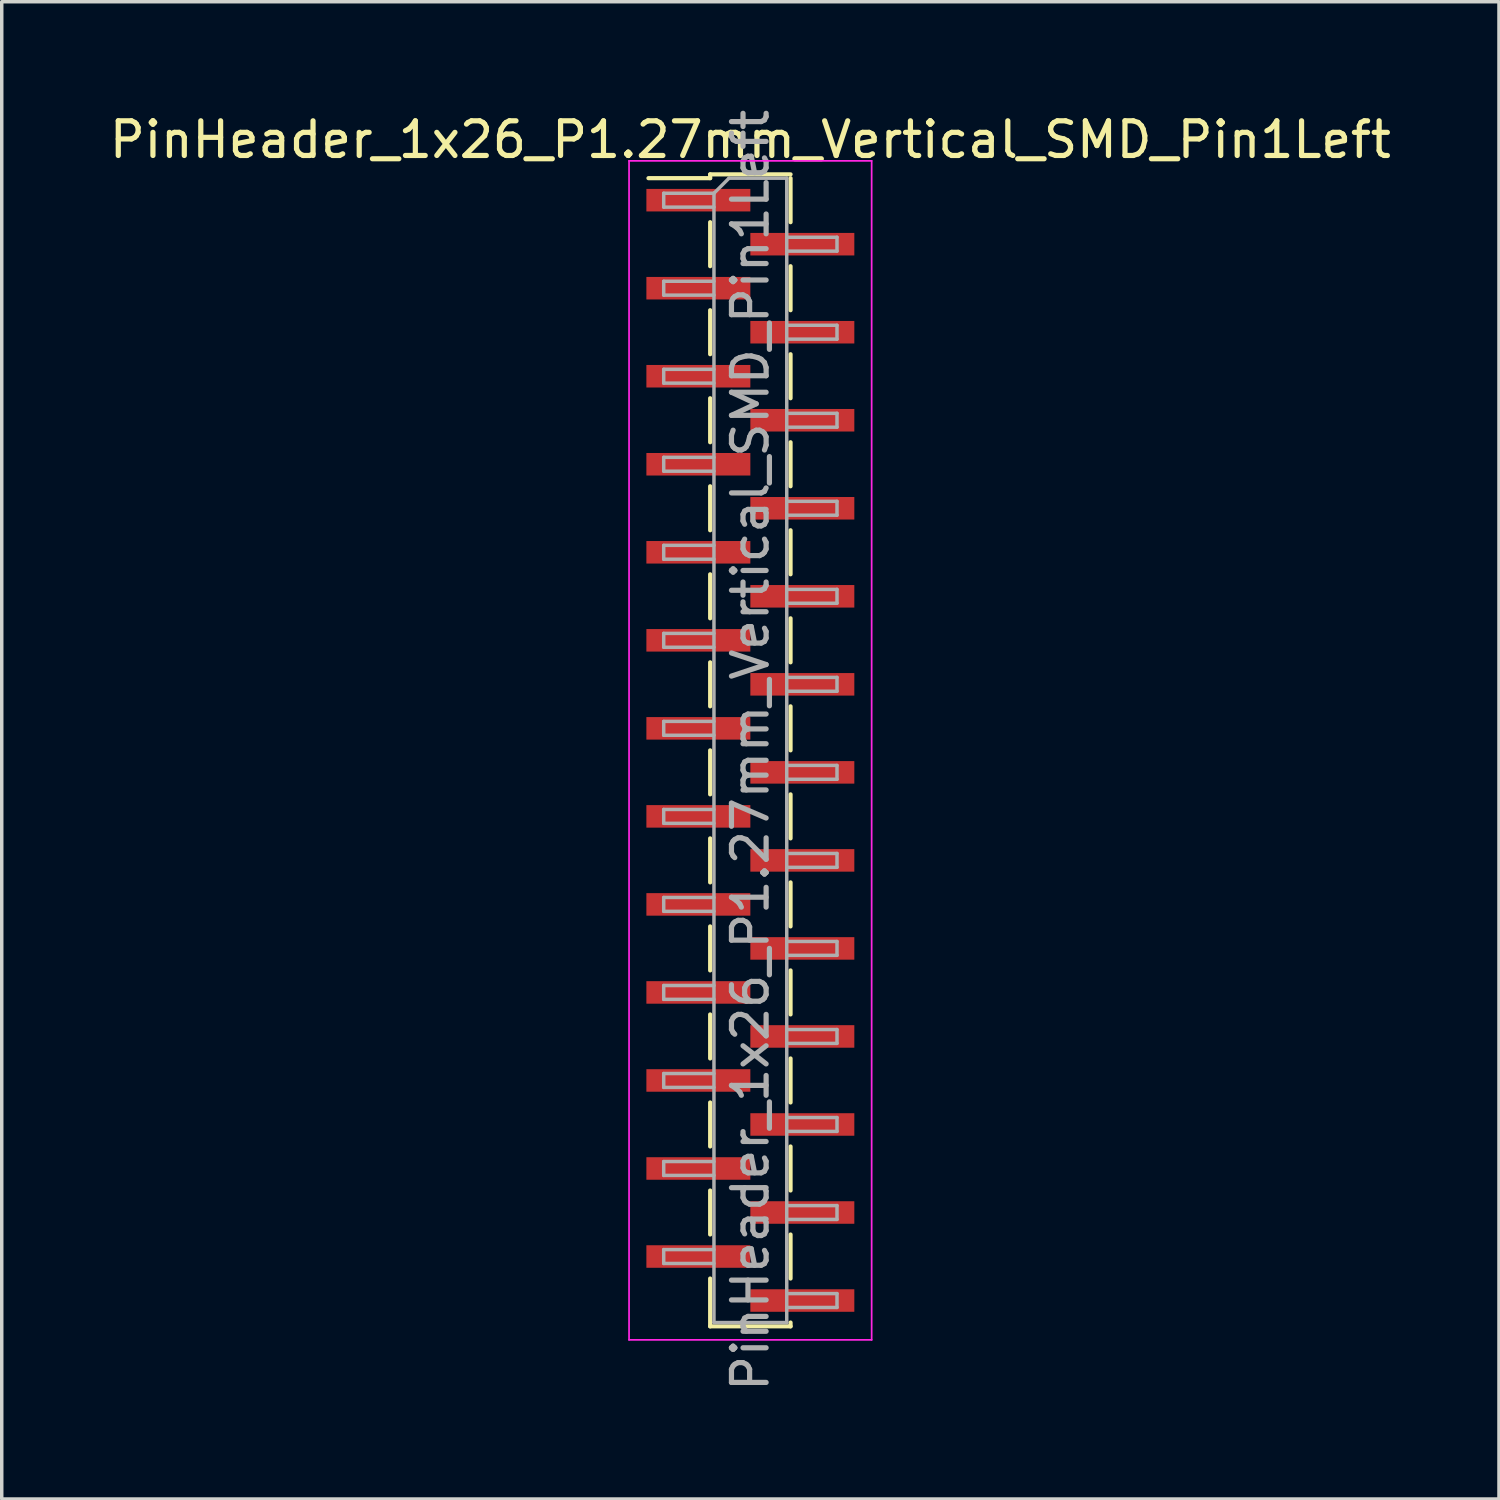
<source format=kicad_pcb>
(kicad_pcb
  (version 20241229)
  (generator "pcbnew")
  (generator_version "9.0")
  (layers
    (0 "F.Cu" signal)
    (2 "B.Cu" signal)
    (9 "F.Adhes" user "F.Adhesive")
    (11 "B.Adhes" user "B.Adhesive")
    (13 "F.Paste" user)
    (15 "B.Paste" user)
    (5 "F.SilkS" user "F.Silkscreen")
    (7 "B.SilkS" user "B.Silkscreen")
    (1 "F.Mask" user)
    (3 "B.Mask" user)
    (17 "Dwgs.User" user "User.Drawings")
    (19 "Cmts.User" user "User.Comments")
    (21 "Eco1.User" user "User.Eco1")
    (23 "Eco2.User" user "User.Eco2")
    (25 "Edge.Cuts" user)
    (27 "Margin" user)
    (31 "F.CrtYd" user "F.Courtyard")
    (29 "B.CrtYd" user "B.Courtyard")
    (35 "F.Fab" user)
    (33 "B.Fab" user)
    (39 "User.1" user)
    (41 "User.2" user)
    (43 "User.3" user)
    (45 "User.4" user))
  (footprint "PinHeader_1x26_P1.27mm_Vertical_SMD_Pin1Left"
    (layer "F.Cu")
    (at 18.601 18.601)
    (property "Reference" "PinHeader_1x26_P1.27mm_Vertical_SMD_Pin1Left" (at 0 -17.62 0) (layer "F.SilkS") (effects (font (size 1 1) (thickness 0.15))))
    (attr smd)
    (fp_line (start -1.16 -16.62) (end -1.16 -16.51) (stroke (width 0.12) (type solid)) (layer "F.SilkS"))
    (fp_line (start -1.16 -16.62) (end 1.16 -16.62) (stroke (width 0.12) (type solid)) (layer "F.SilkS"))
    (fp_line (start -1.16 -16.51) (end -2.94 -16.51) (stroke (width 0.12) (type solid)) (layer "F.SilkS"))
    (fp_line (start -1.16 -15.24) (end -1.16 -13.97) (stroke (width 0.12) (type solid)) (layer "F.SilkS"))
    (fp_line (start -1.16 -12.7) (end -1.16 -11.43) (stroke (width 0.12) (type solid)) (layer "F.SilkS"))
    (fp_line (start -1.16 -10.16) (end -1.16 -8.89) (stroke (width 0.12) (type solid)) (layer "F.SilkS"))
    (fp_line (start -1.16 -7.62) (end -1.16 -6.35) (stroke (width 0.12) (type solid)) (layer "F.SilkS"))
    (fp_line (start -1.16 -5.08) (end -1.16 -3.81) (stroke (width 0.12) (type solid)) (layer "F.SilkS"))
    (fp_line (start -1.16 -2.54) (end -1.16 -1.27) (stroke (width 0.12) (type solid)) (layer "F.SilkS"))
    (fp_line (start -1.16 0) (end -1.16 1.27) (stroke (width 0.12) (type solid)) (layer "F.SilkS"))
    (fp_line (start -1.16 2.54) (end -1.16 3.81) (stroke (width 0.12) (type solid)) (layer "F.SilkS"))
    (fp_line (start -1.16 5.08) (end -1.16 6.35) (stroke (width 0.12) (type solid)) (layer "F.SilkS"))
    (fp_line (start -1.16 7.62) (end -1.16 8.89) (stroke (width 0.12) (type solid)) (layer "F.SilkS"))
    (fp_line (start -1.16 10.16) (end -1.16 11.43) (stroke (width 0.12) (type solid)) (layer "F.SilkS"))
    (fp_line (start -1.16 12.7) (end -1.16 13.97) (stroke (width 0.12) (type solid)) (layer "F.SilkS"))
    (fp_line (start -1.16 15.24) (end -1.16 16.62) (stroke (width 0.12) (type solid)) (layer "F.SilkS"))
    (fp_line (start -1.16 16.62) (end 1.16 16.62) (stroke (width 0.12) (type solid)) (layer "F.SilkS"))
    (fp_line (start 1.16 -16.51) (end 1.16 -15.24) (stroke (width 0.12) (type solid)) (layer "F.SilkS"))
    (fp_line (start 1.16 -13.97) (end 1.16 -12.7) (stroke (width 0.12) (type solid)) (layer "F.SilkS"))
    (fp_line (start 1.16 -11.43) (end 1.16 -10.16) (stroke (width 0.12) (type solid)) (layer "F.SilkS"))
    (fp_line (start 1.16 -8.89) (end 1.16 -7.62) (stroke (width 0.12) (type solid)) (layer "F.SilkS"))
    (fp_line (start 1.16 -6.35) (end 1.16 -5.08) (stroke (width 0.12) (type solid)) (layer "F.SilkS"))
    (fp_line (start 1.16 -3.81) (end 1.16 -2.54) (stroke (width 0.12) (type solid)) (layer "F.SilkS"))
    (fp_line (start 1.16 -1.27) (end 1.16 0) (stroke (width 0.12) (type solid)) (layer "F.SilkS"))
    (fp_line (start 1.16 1.27) (end 1.16 2.54) (stroke (width 0.12) (type solid)) (layer "F.SilkS"))
    (fp_line (start 1.16 3.81) (end 1.16 5.08) (stroke (width 0.12) (type solid)) (layer "F.SilkS"))
    (fp_line (start 1.16 6.35) (end 1.16 7.62) (stroke (width 0.12) (type solid)) (layer "F.SilkS"))
    (fp_line (start 1.16 8.89) (end 1.16 10.16) (stroke (width 0.12) (type solid)) (layer "F.SilkS"))
    (fp_line (start 1.16 11.43) (end 1.16 12.7) (stroke (width 0.12) (type solid)) (layer "F.SilkS"))
    (fp_line (start 1.16 13.97) (end 1.16 15.24) (stroke (width 0.12) (type solid)) (layer "F.SilkS"))
    (fp_line (start 1.16 16.51) (end 1.16 16.62) (stroke (width 0.12) (type solid)) (layer "F.SilkS"))
    (fp_line (start -3.5 -17.01) (end -3.5 17.01) (stroke (width 0.05) (type solid)) (layer "F.CrtYd"))
    (fp_line (start -3.5 17.01) (end 3.5 17.01) (stroke (width 0.05) (type solid)) (layer "F.CrtYd"))
    (fp_line (start 3.5 -17.01) (end -3.5 -17.01) (stroke (width 0.05) (type solid)) (layer "F.CrtYd"))
    (fp_line (start 3.5 17.01) (end 3.5 -17.01) (stroke (width 0.05) (type solid)) (layer "F.CrtYd"))
    (fp_line (start -2.5 -16.075) (end -2.5 -15.675) (stroke (width 0.1) (type solid)) (layer "F.Fab"))
    (fp_line (start -2.5 -15.675) (end -1.05 -15.675) (stroke (width 0.1) (type solid)) (layer "F.Fab"))
    (fp_line (start -2.5 -13.535) (end -2.5 -13.135) (stroke (width 0.1) (type solid)) (layer "F.Fab"))
    (fp_line (start -2.5 -13.135) (end -1.05 -13.135) (stroke (width 0.1) (type solid)) (layer "F.Fab"))
    (fp_line (start -2.5 -10.995) (end -2.5 -10.595) (stroke (width 0.1) (type solid)) (layer "F.Fab"))
    (fp_line (start -2.5 -10.595) (end -1.05 -10.595) (stroke (width 0.1) (type solid)) (layer "F.Fab"))
    (fp_line (start -2.5 -8.455) (end -2.5 -8.055) (stroke (width 0.1) (type solid)) (layer "F.Fab"))
    (fp_line (start -2.5 -8.055) (end -1.05 -8.055) (stroke (width 0.1) (type solid)) (layer "F.Fab"))
    (fp_line (start -2.5 -5.915) (end -2.5 -5.515) (stroke (width 0.1) (type solid)) (layer "F.Fab"))
    (fp_line (start -2.5 -5.515) (end -1.05 -5.515) (stroke (width 0.1) (type solid)) (layer "F.Fab"))
    (fp_line (start -2.5 -3.375) (end -2.5 -2.975) (stroke (width 0.1) (type solid)) (layer "F.Fab"))
    (fp_line (start -2.5 -2.975) (end -1.05 -2.975) (stroke (width 0.1) (type solid)) (layer "F.Fab"))
    (fp_line (start -2.5 -0.835) (end -2.5 -0.435) (stroke (width 0.1) (type solid)) (layer "F.Fab"))
    (fp_line (start -2.5 -0.435) (end -1.05 -0.435) (stroke (width 0.1) (type solid)) (layer "F.Fab"))
    (fp_line (start -2.5 1.705) (end -2.5 2.105) (stroke (width 0.1) (type solid)) (layer "F.Fab"))
    (fp_line (start -2.5 2.105) (end -1.05 2.105) (stroke (width 0.1) (type solid)) (layer "F.Fab"))
    (fp_line (start -2.5 4.245) (end -2.5 4.645) (stroke (width 0.1) (type solid)) (layer "F.Fab"))
    (fp_line (start -2.5 4.645) (end -1.05 4.645) (stroke (width 0.1) (type solid)) (layer "F.Fab"))
    (fp_line (start -2.5 6.785) (end -2.5 7.185) (stroke (width 0.1) (type solid)) (layer "F.Fab"))
    (fp_line (start -2.5 7.185) (end -1.05 7.185) (stroke (width 0.1) (type solid)) (layer "F.Fab"))
    (fp_line (start -2.5 9.325) (end -2.5 9.725) (stroke (width 0.1) (type solid)) (layer "F.Fab"))
    (fp_line (start -2.5 9.725) (end -1.05 9.725) (stroke (width 0.1) (type solid)) (layer "F.Fab"))
    (fp_line (start -2.5 11.865) (end -2.5 12.265) (stroke (width 0.1) (type solid)) (layer "F.Fab"))
    (fp_line (start -2.5 12.265) (end -1.05 12.265) (stroke (width 0.1) (type solid)) (layer "F.Fab"))
    (fp_line (start -2.5 14.405) (end -2.5 14.805) (stroke (width 0.1) (type solid)) (layer "F.Fab"))
    (fp_line (start -2.5 14.805) (end -1.05 14.805) (stroke (width 0.1) (type solid)) (layer "F.Fab"))
    (fp_line (start -1.05 -16.075) (end -2.5 -16.075) (stroke (width 0.1) (type solid)) (layer "F.Fab"))
    (fp_line (start -1.05 -16.075) (end -0.615 -16.51) (stroke (width 0.1) (type solid)) (layer "F.Fab"))
    (fp_line (start -1.05 -13.535) (end -2.5 -13.535) (stroke (width 0.1) (type solid)) (layer "F.Fab"))
    (fp_line (start -1.05 -10.995) (end -2.5 -10.995) (stroke (width 0.1) (type solid)) (layer "F.Fab"))
    (fp_line (start -1.05 -8.455) (end -2.5 -8.455) (stroke (width 0.1) (type solid)) (layer "F.Fab"))
    (fp_line (start -1.05 -5.915) (end -2.5 -5.915) (stroke (width 0.1) (type solid)) (layer "F.Fab"))
    (fp_line (start -1.05 -3.375) (end -2.5 -3.375) (stroke (width 0.1) (type solid)) (layer "F.Fab"))
    (fp_line (start -1.05 -0.835) (end -2.5 -0.835) (stroke (width 0.1) (type solid)) (layer "F.Fab"))
    (fp_line (start -1.05 1.705) (end -2.5 1.705) (stroke (width 0.1) (type solid)) (layer "F.Fab"))
    (fp_line (start -1.05 4.245) (end -2.5 4.245) (stroke (width 0.1) (type solid)) (layer "F.Fab"))
    (fp_line (start -1.05 6.785) (end -2.5 6.785) (stroke (width 0.1) (type solid)) (layer "F.Fab"))
    (fp_line (start -1.05 9.325) (end -2.5 9.325) (stroke (width 0.1) (type solid)) (layer "F.Fab"))
    (fp_line (start -1.05 11.865) (end -2.5 11.865) (stroke (width 0.1) (type solid)) (layer "F.Fab"))
    (fp_line (start -1.05 14.405) (end -2.5 14.405) (stroke (width 0.1) (type solid)) (layer "F.Fab"))
    (fp_line (start -1.05 16.51) (end -1.05 -16.075) (stroke (width 0.1) (type solid)) (layer "F.Fab"))
    (fp_line (start -0.615 -16.51) (end 1.05 -16.51) (stroke (width 0.1) (type solid)) (layer "F.Fab"))
    (fp_line (start 1.05 -16.51) (end 1.05 16.51) (stroke (width 0.1) (type solid)) (layer "F.Fab"))
    (fp_line (start 1.05 -14.805) (end 2.5 -14.805) (stroke (width 0.1) (type solid)) (layer "F.Fab"))
    (fp_line (start 1.05 -12.265) (end 2.5 -12.265) (stroke (width 0.1) (type solid)) (layer "F.Fab"))
    (fp_line (start 1.05 -9.725) (end 2.5 -9.725) (stroke (width 0.1) (type solid)) (layer "F.Fab"))
    (fp_line (start 1.05 -7.185) (end 2.5 -7.185) (stroke (width 0.1) (type solid)) (layer "F.Fab"))
    (fp_line (start 1.05 -4.645) (end 2.5 -4.645) (stroke (width 0.1) (type solid)) (layer "F.Fab"))
    (fp_line (start 1.05 -2.105) (end 2.5 -2.105) (stroke (width 0.1) (type solid)) (layer "F.Fab"))
    (fp_line (start 1.05 0.435) (end 2.5 0.435) (stroke (width 0.1) (type solid)) (layer "F.Fab"))
    (fp_line (start 1.05 2.975) (end 2.5 2.975) (stroke (width 0.1) (type solid)) (layer "F.Fab"))
    (fp_line (start 1.05 5.515) (end 2.5 5.515) (stroke (width 0.1) (type solid)) (layer "F.Fab"))
    (fp_line (start 1.05 8.055) (end 2.5 8.055) (stroke (width 0.1) (type solid)) (layer "F.Fab"))
    (fp_line (start 1.05 10.595) (end 2.5 10.595) (stroke (width 0.1) (type solid)) (layer "F.Fab"))
    (fp_line (start 1.05 13.135) (end 2.5 13.135) (stroke (width 0.1) (type solid)) (layer "F.Fab"))
    (fp_line (start 1.05 15.675) (end 2.5 15.675) (stroke (width 0.1) (type solid)) (layer "F.Fab"))
    (fp_line (start 1.05 16.51) (end -1.05 16.51) (stroke (width 0.1) (type solid)) (layer "F.Fab"))
    (fp_line (start 2.5 -14.805) (end 2.5 -14.405) (stroke (width 0.1) (type solid)) (layer "F.Fab"))
    (fp_line (start 2.5 -14.405) (end 1.05 -14.405) (stroke (width 0.1) (type solid)) (layer "F.Fab"))
    (fp_line (start 2.5 -12.265) (end 2.5 -11.865) (stroke (width 0.1) (type solid)) (layer "F.Fab"))
    (fp_line (start 2.5 -11.865) (end 1.05 -11.865) (stroke (width 0.1) (type solid)) (layer "F.Fab"))
    (fp_line (start 2.5 -9.725) (end 2.5 -9.325) (stroke (width 0.1) (type solid)) (layer "F.Fab"))
    (fp_line (start 2.5 -9.325) (end 1.05 -9.325) (stroke (width 0.1) (type solid)) (layer "F.Fab"))
    (fp_line (start 2.5 -7.185) (end 2.5 -6.785) (stroke (width 0.1) (type solid)) (layer "F.Fab"))
    (fp_line (start 2.5 -6.785) (end 1.05 -6.785) (stroke (width 0.1) (type solid)) (layer "F.Fab"))
    (fp_line (start 2.5 -4.645) (end 2.5 -4.245) (stroke (width 0.1) (type solid)) (layer "F.Fab"))
    (fp_line (start 2.5 -4.245) (end 1.05 -4.245) (stroke (width 0.1) (type solid)) (layer "F.Fab"))
    (fp_line (start 2.5 -2.105) (end 2.5 -1.705) (stroke (width 0.1) (type solid)) (layer "F.Fab"))
    (fp_line (start 2.5 -1.705) (end 1.05 -1.705) (stroke (width 0.1) (type solid)) (layer "F.Fab"))
    (fp_line (start 2.5 0.435) (end 2.5 0.835) (stroke (width 0.1) (type solid)) (layer "F.Fab"))
    (fp_line (start 2.5 0.835) (end 1.05 0.835) (stroke (width 0.1) (type solid)) (layer "F.Fab"))
    (fp_line (start 2.5 2.975) (end 2.5 3.375) (stroke (width 0.1) (type solid)) (layer "F.Fab"))
    (fp_line (start 2.5 3.375) (end 1.05 3.375) (stroke (width 0.1) (type solid)) (layer "F.Fab"))
    (fp_line (start 2.5 5.515) (end 2.5 5.915) (stroke (width 0.1) (type solid)) (layer "F.Fab"))
    (fp_line (start 2.5 5.915) (end 1.05 5.915) (stroke (width 0.1) (type solid)) (layer "F.Fab"))
    (fp_line (start 2.5 8.055) (end 2.5 8.455) (stroke (width 0.1) (type solid)) (layer "F.Fab"))
    (fp_line (start 2.5 8.455) (end 1.05 8.455) (stroke (width 0.1) (type solid)) (layer "F.Fab"))
    (fp_line (start 2.5 10.595) (end 2.5 10.995) (stroke (width 0.1) (type solid)) (layer "F.Fab"))
    (fp_line (start 2.5 10.995) (end 1.05 10.995) (stroke (width 0.1) (type solid)) (layer "F.Fab"))
    (fp_line (start 2.5 13.135) (end 2.5 13.535) (stroke (width 0.1) (type solid)) (layer "F.Fab"))
    (fp_line (start 2.5 13.535) (end 1.05 13.535) (stroke (width 0.1) (type solid)) (layer "F.Fab"))
    (fp_line (start 2.5 15.675) (end 2.5 16.075) (stroke (width 0.1) (type solid)) (layer "F.Fab"))
    (fp_line (start 2.5 16.075) (end 1.05 16.075) (stroke (width 0.1) (type solid)) (layer "F.Fab"))
    (fp_text user "${REFERENCE}" (at 0 0 90) (layer "F.Fab") (effects (font (size 1 1) (thickness 0.15))))
    (pad "1" smd rect (at -1.5 -15.875) (size 3 0.65) (layers "F.Cu" "F.Mask" "F.Paste"))
    (pad "2" smd rect (at 1.5 -14.605) (size 3 0.65) (layers "F.Cu" "F.Mask" "F.Paste"))
    (pad "3" smd rect (at -1.5 -13.335) (size 3 0.65) (layers "F.Cu" "F.Mask" "F.Paste"))
    (pad "4" smd rect (at 1.5 -12.065) (size 3 0.65) (layers "F.Cu" "F.Mask" "F.Paste"))
    (pad "5" smd rect (at -1.5 -10.795) (size 3 0.65) (layers "F.Cu" "F.Mask" "F.Paste"))
    (pad "6" smd rect (at 1.5 -9.525) (size 3 0.65) (layers "F.Cu" "F.Mask" "F.Paste"))
    (pad "7" smd rect (at -1.5 -8.255) (size 3 0.65) (layers "F.Cu" "F.Mask" "F.Paste"))
    (pad "8" smd rect (at 1.5 -6.985) (size 3 0.65) (layers "F.Cu" "F.Mask" "F.Paste"))
    (pad "9" smd rect (at -1.5 -5.715) (size 3 0.65) (layers "F.Cu" "F.Mask" "F.Paste"))
    (pad "10" smd rect (at 1.5 -4.445) (size 3 0.65) (layers "F.Cu" "F.Mask" "F.Paste"))
    (pad "11" smd rect (at -1.5 -3.175) (size 3 0.65) (layers "F.Cu" "F.Mask" "F.Paste"))
    (pad "12" smd rect (at 1.5 -1.905) (size 3 0.65) (layers "F.Cu" "F.Mask" "F.Paste"))
    (pad "13" smd rect (at -1.5 -0.635) (size 3 0.65) (layers "F.Cu" "F.Mask" "F.Paste"))
    (pad "14" smd rect (at 1.5 0.635) (size 3 0.65) (layers "F.Cu" "F.Mask" "F.Paste"))
    (pad "15" smd rect (at -1.5 1.905) (size 3 0.65) (layers "F.Cu" "F.Mask" "F.Paste"))
    (pad "16" smd rect (at 1.5 3.175) (size 3 0.65) (layers "F.Cu" "F.Mask" "F.Paste"))
    (pad "17" smd rect (at -1.5 4.445) (size 3 0.65) (layers "F.Cu" "F.Mask" "F.Paste"))
    (pad "18" smd rect (at 1.5 5.715) (size 3 0.65) (layers "F.Cu" "F.Mask" "F.Paste"))
    (pad "19" smd rect (at -1.5 6.985) (size 3 0.65) (layers "F.Cu" "F.Mask" "F.Paste"))
    (pad "20" smd rect (at 1.5 8.255) (size 3 0.65) (layers "F.Cu" "F.Mask" "F.Paste"))
    (pad "21" smd rect (at -1.5 9.525) (size 3 0.65) (layers "F.Cu" "F.Mask" "F.Paste"))
    (pad "22" smd rect (at 1.5 10.795) (size 3 0.65) (layers "F.Cu" "F.Mask" "F.Paste"))
    (pad "23" smd rect (at -1.5 12.065) (size 3 0.65) (layers "F.Cu" "F.Mask" "F.Paste"))
    (pad "24" smd rect (at 1.5 13.335) (size 3 0.65) (layers "F.Cu" "F.Mask" "F.Paste"))
    (pad "25" smd rect (at -1.5 14.605) (size 3 0.65) (layers "F.Cu" "F.Mask" "F.Paste"))
    (pad "26" smd rect (at 1.5 15.875) (size 3 0.65) (layers "F.Cu" "F.Mask" "F.Paste")))
  (gr_rect
    (start -3 -3)
    (end 40.202 40.202)
    (stroke (width 0.1) (type default))
    (fill no)
    (layer "Edge.Cuts")))
</source>
